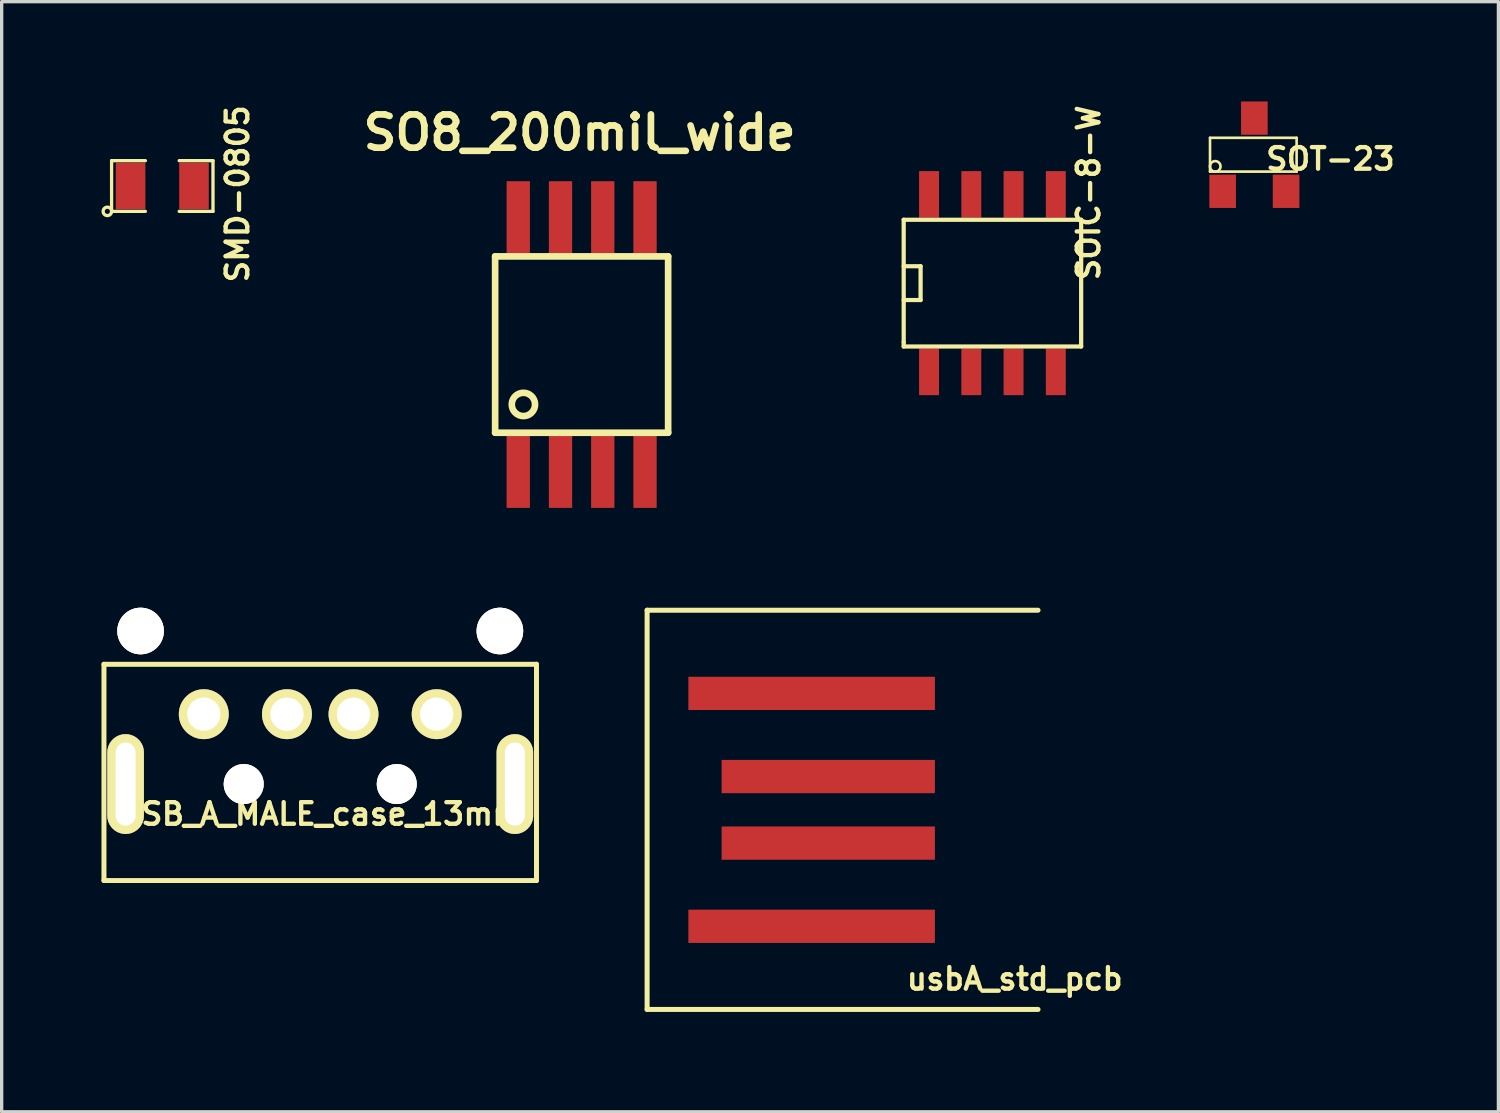
<source format=kicad_pcb>
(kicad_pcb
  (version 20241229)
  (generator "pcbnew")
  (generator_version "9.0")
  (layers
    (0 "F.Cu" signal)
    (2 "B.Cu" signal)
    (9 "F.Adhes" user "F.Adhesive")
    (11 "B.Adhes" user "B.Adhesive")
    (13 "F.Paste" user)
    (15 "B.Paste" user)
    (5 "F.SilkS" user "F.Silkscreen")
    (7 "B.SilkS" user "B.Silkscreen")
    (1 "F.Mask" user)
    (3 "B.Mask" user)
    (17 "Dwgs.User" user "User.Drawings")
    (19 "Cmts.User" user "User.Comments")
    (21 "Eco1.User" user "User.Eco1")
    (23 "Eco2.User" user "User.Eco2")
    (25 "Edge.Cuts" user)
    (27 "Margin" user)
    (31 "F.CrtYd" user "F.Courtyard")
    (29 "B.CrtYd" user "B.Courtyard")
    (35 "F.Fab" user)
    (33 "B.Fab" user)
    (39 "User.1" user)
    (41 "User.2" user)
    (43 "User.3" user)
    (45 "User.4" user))
  (footprint "SO8_200mil_wide"
    (layer "F.Cu")
    (at 14.432 7.306)
    (property "Reference" "SO8_200mil_wide" (at -0.06 -6.37 0) (layer "F.SilkS") (effects (font (size 1 1) (thickness 0.2))))
    (attr through_hole)
    (fp_line (start -2.6 -2.65) (end 2.6 -2.65) (stroke (width 0.2) (type solid)) (layer "F.SilkS"))
    (fp_line (start -2.6 2.65) (end -2.6 -2.65) (stroke (width 0.2) (type solid)) (layer "F.SilkS"))
    (fp_line (start 2.6 -2.65) (end 2.6 2.65) (stroke (width 0.2) (type solid)) (layer "F.SilkS"))
    (fp_line (start 2.6 2.65) (end -2.6 2.65) (stroke (width 0.2) (type solid)) (layer "F.SilkS"))
    (fp_circle (center -1.75 1.8) (end -1.4 1.8) (stroke (width 0.2) (type solid)) (fill no) (layer "F.SilkS"))
    (pad "1" smd rect (at -1.905 3.81) (size 0.7 2.2) (layers "F.Cu" "F.Mask" "F.Paste"))
    (pad "2" smd rect (at -0.635 3.81) (size 0.7 2.2) (layers "F.Cu" "F.Mask" "F.Paste"))
    (pad "3" smd rect (at 0.635 3.81) (size 0.7 2.2) (layers "F.Cu" "F.Mask" "F.Paste"))
    (pad "4" smd rect (at 1.905 3.81) (size 0.7 2.2) (layers "F.Cu" "F.Mask" "F.Paste"))
    (pad "5" smd rect (at 1.905 -3.81) (size 0.7 2.2) (layers "F.Cu" "F.Mask" "F.Paste"))
    (pad "6" smd rect (at 0.635 -3.81) (size 0.7 2.2) (layers "F.Cu" "F.Mask" "F.Paste"))
    (pad "7" smd rect (at -0.635 -3.81) (size 0.7 2.2) (layers "F.Cu" "F.Mask" "F.Paste"))
    (pad "8" smd rect (at -1.905 -3.81) (size 0.7 2.2) (layers "F.Cu" "F.Mask" "F.Paste")))
  (footprint "USB_A_MALE_case_13mm"
    (layer "F.Cu")
    (at 6.575 23.416)
    (property "Reference" "USB_A_MALE_case_13mm" (at 0 -2 0) (layer "F.SilkS") (effects (font (size 0.65 0.65) (thickness 0.13))))
    (attr through_hole)
    (fp_line (start -6.5 -6.5) (end -6.5 0) (stroke (width 0.15) (type solid)) (layer "F.SilkS"))
    (fp_line (start -6.5 0) (end 6.5 0) (stroke (width 0.15) (type solid)) (layer "F.SilkS"))
    (fp_line (start 6.5 -6.5) (end -6.5 -6.5) (stroke (width 0.15) (type solid)) (layer "F.SilkS"))
    (fp_line (start 6.5 0) (end 6.5 -6.5) (stroke (width 0.15) (type solid)) (layer "F.SilkS"))
    (pad "" thru_hole circle (at -5.4 -7.5) (size 1.4 1.4) (drill 1.4) (layers "*.Cu" "*.Mask" "F.SilkS"))
    (pad "" thru_hole circle (at -2.3 -2.9 270) (size 1.2 1.2) (drill 1.2) (layers "*.Cu" "*.Mask" "F.SilkS"))
    (pad "" thru_hole circle (at 2.3 -2.9) (size 1.2 1.2) (drill 1.2) (layers "*.Cu" "*.Mask" "F.SilkS"))
    (pad "" thru_hole circle (at 5.4 -7.5) (size 1.4 1.4) (drill 1.4) (layers "*.Cu" "*.Mask" "F.SilkS"))
    (pad "1" thru_hole circle (at 3.5 -5 270) (size 1.5 1.5) (drill 1.001) (layers "*.Cu" "*.Mask" "F.SilkS"))
    (pad "2" thru_hole circle (at 1 -5 270) (size 1.5 1.5) (drill 1.001) (layers "*.Cu" "*.Mask" "F.SilkS"))
    (pad "3" thru_hole circle (at -1 -5 270) (size 1.5 1.5) (drill 1.001) (layers "*.Cu" "*.Mask" "F.SilkS"))
    (pad "4" thru_hole circle (at -3.5 -5 270) (size 1.5 1.5) (drill 1.001) (layers "*.Cu" "*.Mask" "F.SilkS"))
    (pad "5" thru_hole oval (at -5.85 -2.9) (size 1.1 3) (drill oval 0.6 2.5) (layers "*.Cu" "*.Mask" "F.SilkS"))
    (pad "5" thru_hole oval (at 5.85 -2.9) (size 1.1 3) (drill oval 0.6 2.5) (layers "*.Cu" "*.Mask" "F.SilkS")))
  (footprint "SOT-23"
    (layer "F.Cu")
    (at 34.652 1.6)
    (property "Reference" "SOT-23" (at 2.286 0.127 0) (layer "F.SilkS") (effects (font (size 0.65 0.65) (thickness 0.13))))
    (attr through_hole)
    (fp_line (start -1.333 -0.508) (end -1.333 0.508) (stroke (width 0.079) (type solid)) (layer "F.SilkS"))
    (fp_line (start -1.333 -0.508) (end 1.27 -0.508) (stroke (width 0.079) (type solid)) (layer "F.SilkS"))
    (fp_line (start 1.27 -0.508) (end 1.27 0.508) (stroke (width 0.079) (type solid)) (layer "F.SilkS"))
    (fp_line (start 1.27 0.508) (end -1.333 0.508) (stroke (width 0.079) (type solid)) (layer "F.SilkS"))
    (fp_circle (center -1.176 0.351) (end -1.3 0.45) (stroke (width 0.079) (type solid)) (fill no) (layer "F.SilkS"))
    (pad "1" smd rect (at -0.953 1.1) (size 0.8 1.001) (layers "F.Cu" "F.Mask" "F.Paste"))
    (pad "2" smd rect (at 0.953 1.1) (size 0.8 1.001) (layers "F.Cu" "F.Mask" "F.Paste"))
    (pad "3" smd rect (at 0 -1.1) (size 0.8 1.001) (layers "F.Cu" "F.Mask" "F.Paste")))
  (footprint "usbA_std_pcb"
    (layer "F.Cu")
    (at 16.4 21.291)
    (property "Reference" "usbA_std_pcb" (at 11.049 5.08 0) (layer "F.SilkS") (effects (font (size 0.65 0.65) (thickness 0.13))))
    (attr through_hole)
    (fp_line (start 0 -6) (end 11.75 -6) (stroke (width 0.15) (type solid)) (layer "F.SilkS"))
    (fp_line (start 0 6) (end 0 -6) (stroke (width 0.15) (type solid)) (layer "F.SilkS"))
    (fp_line (start 11.75 6) (end 0 6) (stroke (width 0.15) (type solid)) (layer "F.SilkS"))
    (pad "1" smd rect (at 4.945 3.5) (size 7.41 1) (layers "F.Cu" "F.Mask"))
    (pad "2" smd rect (at 5.445 1) (size 6.41 1) (layers "F.Cu" "F.Mask"))
    (pad "3" smd rect (at 5.445 -1) (size 6.41 1) (layers "F.Cu" "F.Mask"))
    (pad "4" smd rect (at 4.945 -3.5) (size 7.41 1) (layers "F.Cu" "F.Mask")))
  (footprint "SMD-0805"
    (layer "F.Cu")
    (at 1.828 2.541)
    (property "Reference" "SMD-0805" (at 2.26 0.235 90) (layer "F.SilkS") (effects (font (size 0.65 0.65) (thickness 0.13))))
    (attr smd)
    (fp_line (start -1.524 -0.762) (end -0.508 -0.762) (stroke (width 0.099) (type solid)) (layer "F.SilkS"))
    (fp_line (start -1.524 0.762) (end -1.524 -0.762) (stroke (width 0.099) (type solid)) (layer "F.SilkS"))
    (fp_line (start -0.508 0.762) (end -1.524 0.762) (stroke (width 0.099) (type solid)) (layer "F.SilkS"))
    (fp_line (start 0.508 -0.762) (end 1.524 -0.762) (stroke (width 0.099) (type solid)) (layer "F.SilkS"))
    (fp_line (start 1.524 -0.762) (end 1.524 0.762) (stroke (width 0.099) (type solid)) (layer "F.SilkS"))
    (fp_line (start 1.524 0.762) (end 0.508 0.762) (stroke (width 0.099) (type solid)) (layer "F.SilkS"))
    (fp_circle (center -1.651 0.762) (end -1.651 0.635) (stroke (width 0.099) (type solid)) (fill no) (layer "F.SilkS"))
    (pad "1" smd rect (at -0.953 0) (size 0.889 1.397) (layers "F.Cu" "F.Mask" "F.Paste"))
    (pad "2" smd rect (at 0.953 0) (size 0.889 1.397) (layers "F.Cu" "F.Mask" "F.Paste")))
  (footprint "SOIC-8-W"
    (layer "F.Cu")
    (at 26.779 5.46)
    (property "Reference" "SOIC-8-W" (at 2.89 -2.715 90) (layer "F.SilkS") (effects (font (size 0.65 0.65) (thickness 0.13))))
    (attr smd)
    (fp_line (start -2.667 -1.905) (end -2.667 1.778) (stroke (width 0.127) (type solid)) (layer "F.SilkS"))
    (fp_line (start -2.667 -0.508) (end -2.159 -0.508) (stroke (width 0.127) (type solid)) (layer "F.SilkS"))
    (fp_line (start -2.667 1.778) (end -2.667 1.905) (stroke (width 0.127) (type solid)) (layer "F.SilkS"))
    (fp_line (start -2.667 1.905) (end 2.667 1.905) (stroke (width 0.127) (type solid)) (layer "F.SilkS"))
    (fp_line (start -2.159 -0.508) (end -2.159 0.508) (stroke (width 0.127) (type solid)) (layer "F.SilkS"))
    (fp_line (start -2.159 0.508) (end -2.667 0.508) (stroke (width 0.127) (type solid)) (layer "F.SilkS"))
    (fp_line (start 2.667 -1.905) (end -2.667 -1.905) (stroke (width 0.127) (type solid)) (layer "F.SilkS"))
    (fp_line (start 2.667 -1.905) (end 2.667 1.905) (stroke (width 0.127) (type solid)) (layer "F.SilkS"))
    (pad "1" smd rect (at -1.905 2.667) (size 0.599 1.4) (layers "F.Cu" "F.Mask" "F.Paste"))
    (pad "2" smd rect (at -0.635 2.667) (size 0.599 1.4) (layers "F.Cu" "F.Mask" "F.Paste"))
    (pad "3" smd rect (at 0.635 2.667) (size 0.599 1.4) (layers "F.Cu" "F.Mask" "F.Paste"))
    (pad "4" smd rect (at 1.905 2.667) (size 0.599 1.4) (layers "F.Cu" "F.Mask" "F.Paste"))
    (pad "5" smd rect (at 1.905 -2.667) (size 0.599 1.4) (layers "F.Cu" "F.Mask" "F.Paste"))
    (pad "6" smd rect (at 0.635 -2.667) (size 0.599 1.4) (layers "F.Cu" "F.Mask" "F.Paste"))
    (pad "7" smd rect (at -0.635 -2.667) (size 0.599 1.4) (layers "F.Cu" "F.Mask" "F.Paste"))
    (pad "8" smd rect (at -1.905 -2.667) (size 0.599 1.4) (layers "F.Cu" "F.Mask" "F.Paste")))
  (gr_rect
    (start -3 -3)
    (end 41.987 30.366)
    (stroke (width 0.1) (type default))
    (fill no)
    (layer "Edge.Cuts")))
</source>
